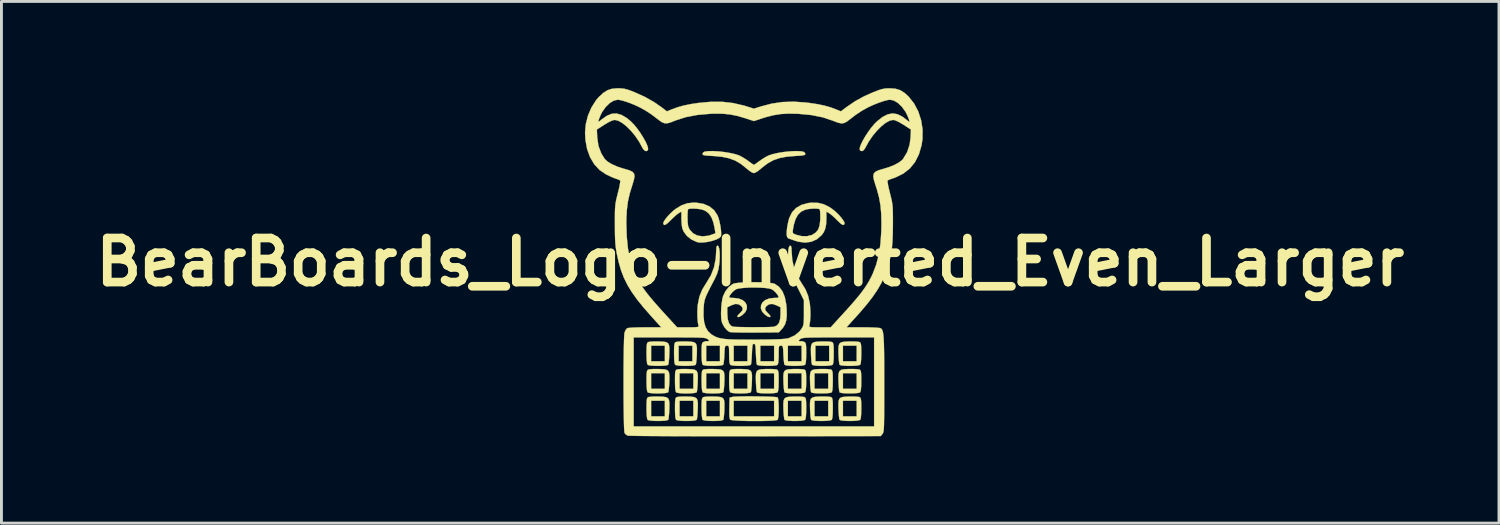
<source format=kicad_pcb>
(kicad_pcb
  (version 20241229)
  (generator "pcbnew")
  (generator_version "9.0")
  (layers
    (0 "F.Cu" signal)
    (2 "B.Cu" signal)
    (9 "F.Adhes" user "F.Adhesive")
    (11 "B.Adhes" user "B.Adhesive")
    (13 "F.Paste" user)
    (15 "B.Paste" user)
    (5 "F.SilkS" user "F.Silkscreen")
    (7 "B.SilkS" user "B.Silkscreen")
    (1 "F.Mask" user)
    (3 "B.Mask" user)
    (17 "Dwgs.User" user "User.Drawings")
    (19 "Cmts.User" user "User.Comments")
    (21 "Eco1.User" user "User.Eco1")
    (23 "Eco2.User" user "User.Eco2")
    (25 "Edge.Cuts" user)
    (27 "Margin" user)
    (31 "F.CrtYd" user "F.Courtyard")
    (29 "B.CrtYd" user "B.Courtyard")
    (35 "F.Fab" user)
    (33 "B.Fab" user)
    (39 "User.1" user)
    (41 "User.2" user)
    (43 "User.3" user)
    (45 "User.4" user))
  (footprint "BearBoards_Logo-Inverted_Even_Larger"
    (layer "F.Cu")
    (at 22.904 6.019)
    (property "Reference" "BearBoards_Logo-Inverted_Even_Larger" (at 0 0 0) (layer "F.SilkS") (effects (font (size 1.524 1.524) (thickness 0.3))))
    (attr through_hole)
    (fp_poly (pts (xy -3.178 2.744) (xy -3.021 2.75) (xy -2.914 2.766) (xy -2.846 2.802) (xy -2.81 2.868) (xy -2.797 2.974) (xy -2.798 3.13) (xy -2.8 3.191) (xy -2.807 3.33) (xy -2.818 3.446) (xy -2.829 3.525) (xy -2.836 3.548) (xy -2.879 3.567) (xy -2.968 3.58) (xy -3.087 3.587) (xy -3.22 3.589) (xy -3.349 3.585) (xy -3.459 3.575) (xy -3.532 3.56) (xy -3.55 3.55) (xy -3.569 3.495) (xy -3.582 3.379) (xy -3.588 3.203) (xy -3.588 3.154) (xy -3.587 2.995) (xy -3.582 2.889) (xy -3.429 2.889) (xy -3.429 3.429) (xy -2.953 3.429) (xy -2.953 2.889) (xy -3.429 2.889) (xy -3.582 2.889) (xy -3.582 2.889) (xy -3.572 2.823) (xy -3.555 2.785) (xy -3.532 2.766) (xy -3.476 2.754) (xy -3.375 2.746) (xy -3.246 2.743) (xy -3.178 2.744)) (stroke (width 0.01) (type solid)) (fill yes) (layer "F.SilkS"))
    (fp_poly (pts (xy -3.178 3.697) (xy -3.021 3.703) (xy -2.914 3.719) (xy -2.846 3.755) (xy -2.81 3.821) (xy -2.797 3.926) (xy -2.798 4.082) (xy -2.8 4.143) (xy -2.807 4.282) (xy -2.818 4.399) (xy -2.829 4.478) (xy -2.836 4.501) (xy -2.879 4.519) (xy -2.968 4.532) (xy -3.087 4.54) (xy -3.22 4.542) (xy -3.349 4.538) (xy -3.459 4.528) (xy -3.532 4.512) (xy -3.55 4.502) (xy -3.569 4.448) (xy -3.582 4.331) (xy -3.588 4.155) (xy -3.588 4.106) (xy -3.587 3.948) (xy -3.582 3.842) (xy -3.429 3.842) (xy -3.429 4.381) (xy -2.953 4.381) (xy -2.953 3.842) (xy -3.429 3.842) (xy -3.582 3.842) (xy -3.582 3.841) (xy -3.572 3.775) (xy -3.555 3.738) (xy -3.532 3.719) (xy -3.476 3.706) (xy -3.375 3.698) (xy -3.246 3.696) (xy -3.178 3.697)) (stroke (width 0.01) (type solid)) (fill yes) (layer "F.SilkS"))
    (fp_poly (pts (xy -3.178 4.649) (xy -3.021 4.655) (xy -2.914 4.671) (xy -2.846 4.707) (xy -2.81 4.773) (xy -2.797 4.879) (xy -2.798 5.035) (xy -2.8 5.096) (xy -2.807 5.235) (xy -2.818 5.351) (xy -2.829 5.43) (xy -2.836 5.453) (xy -2.879 5.472) (xy -2.968 5.485) (xy -3.087 5.492) (xy -3.22 5.494) (xy -3.349 5.49) (xy -3.459 5.48) (xy -3.532 5.465) (xy -3.55 5.455) (xy -3.569 5.4) (xy -3.582 5.284) (xy -3.588 5.108) (xy -3.588 5.059) (xy -3.587 4.9) (xy -3.582 4.794) (xy -3.429 4.794) (xy -3.429 5.334) (xy -2.953 5.334) (xy -2.953 4.794) (xy -3.429 4.794) (xy -3.582 4.794) (xy -3.582 4.794) (xy -3.572 4.728) (xy -3.555 4.69) (xy -3.532 4.671) (xy -3.476 4.659) (xy -3.375 4.651) (xy -3.246 4.648) (xy -3.178 4.649)) (stroke (width 0.01) (type solid)) (fill yes) (layer "F.SilkS"))
    (fp_poly (pts (xy -2.225 2.744) (xy -2.069 2.75) (xy -1.961 2.766) (xy -1.893 2.802) (xy -1.857 2.868) (xy -1.844 2.974) (xy -1.846 3.13) (xy -1.848 3.191) (xy -1.855 3.33) (xy -1.865 3.446) (xy -1.877 3.525) (xy -1.884 3.548) (xy -1.926 3.567) (xy -2.015 3.58) (xy -2.134 3.587) (xy -2.267 3.589) (xy -2.396 3.585) (xy -2.506 3.575) (xy -2.579 3.56) (xy -2.597 3.55) (xy -2.617 3.495) (xy -2.63 3.379) (xy -2.635 3.203) (xy -2.635 3.154) (xy -2.634 2.995) (xy -2.629 2.889) (xy -2.477 2.889) (xy -2.477 3.429) (xy -2 3.429) (xy -2 2.889) (xy -2.477 2.889) (xy -2.629 2.889) (xy -2.629 2.889) (xy -2.619 2.823) (xy -2.602 2.785) (xy -2.579 2.766) (xy -2.524 2.754) (xy -2.423 2.746) (xy -2.293 2.743) (xy -2.225 2.744)) (stroke (width 0.01) (type solid)) (fill yes) (layer "F.SilkS"))
    (fp_poly (pts (xy -2.194 3.697) (xy -2.037 3.703) (xy -1.929 3.719) (xy -1.862 3.755) (xy -1.826 3.821) (xy -1.812 3.926) (xy -1.814 4.082) (xy -1.816 4.143) (xy -1.823 4.282) (xy -1.833 4.399) (xy -1.845 4.478) (xy -1.852 4.501) (xy -1.895 4.519) (xy -1.984 4.532) (xy -2.103 4.54) (xy -2.235 4.542) (xy -2.365 4.538) (xy -2.474 4.528) (xy -2.548 4.512) (xy -2.565 4.502) (xy -2.585 4.448) (xy -2.598 4.331) (xy -2.603 4.155) (xy -2.603 4.106) (xy -2.602 3.948) (xy -2.598 3.842) (xy -2.445 3.842) (xy -2.445 4.381) (xy -1.968 4.381) (xy -1.968 3.842) (xy -2.445 3.842) (xy -2.598 3.842) (xy -2.598 3.841) (xy -2.588 3.775) (xy -2.571 3.738) (xy -2.547 3.719) (xy -2.492 3.706) (xy -2.391 3.698) (xy -2.261 3.696) (xy -2.194 3.697)) (stroke (width 0.01) (type solid)) (fill yes) (layer "F.SilkS"))
    (fp_poly (pts (xy -2.194 4.649) (xy -2.037 4.655) (xy -1.929 4.671) (xy -1.862 4.707) (xy -1.826 4.773) (xy -1.812 4.879) (xy -1.814 5.035) (xy -1.816 5.096) (xy -1.823 5.235) (xy -1.833 5.351) (xy -1.845 5.43) (xy -1.852 5.453) (xy -1.895 5.472) (xy -1.984 5.485) (xy -2.103 5.492) (xy -2.235 5.494) (xy -2.365 5.49) (xy -2.474 5.48) (xy -2.548 5.465) (xy -2.565 5.455) (xy -2.585 5.4) (xy -2.598 5.284) (xy -2.603 5.108) (xy -2.603 5.059) (xy -2.602 4.9) (xy -2.598 4.794) (xy -2.445 4.794) (xy -2.445 5.334) (xy -1.968 5.334) (xy -1.968 4.794) (xy -2.445 4.794) (xy -2.598 4.794) (xy -2.598 4.794) (xy -2.588 4.728) (xy -2.571 4.69) (xy -2.547 4.671) (xy -2.492 4.659) (xy -2.391 4.651) (xy -2.261 4.648) (xy -2.194 4.649)) (stroke (width 0.01) (type solid)) (fill yes) (layer "F.SilkS"))
    (fp_poly (pts (xy -1.273 3.697) (xy -1.116 3.703) (xy -1.009 3.719) (xy -0.941 3.755) (xy -0.905 3.821) (xy -0.892 3.926) (xy -0.893 4.082) (xy -0.895 4.143) (xy -0.902 4.282) (xy -0.913 4.399) (xy -0.924 4.478) (xy -0.931 4.501) (xy -0.974 4.519) (xy -1.063 4.532) (xy -1.182 4.54) (xy -1.315 4.542) (xy -1.444 4.538) (xy -1.554 4.528) (xy -1.627 4.512) (xy -1.645 4.502) (xy -1.664 4.448) (xy -1.677 4.331) (xy -1.683 4.155) (xy -1.683 4.106) (xy -1.682 3.948) (xy -1.677 3.842) (xy -1.524 3.842) (xy -1.524 4.381) (xy -1.048 4.381) (xy -1.048 3.842) (xy -1.524 3.842) (xy -1.677 3.842) (xy -1.677 3.841) (xy -1.667 3.775) (xy -1.65 3.738) (xy -1.627 3.719) (xy -1.571 3.706) (xy -1.47 3.698) (xy -1.341 3.696) (xy -1.273 3.697)) (stroke (width 0.01) (type solid)) (fill yes) (layer "F.SilkS"))
    (fp_poly (pts (xy -1.273 4.649) (xy -1.116 4.655) (xy -1.009 4.671) (xy -0.941 4.707) (xy -0.905 4.773) (xy -0.892 4.879) (xy -0.893 5.035) (xy -0.895 5.096) (xy -0.902 5.235) (xy -0.913 5.351) (xy -0.924 5.43) (xy -0.931 5.453) (xy -0.974 5.472) (xy -1.063 5.485) (xy -1.182 5.492) (xy -1.315 5.494) (xy -1.444 5.49) (xy -1.554 5.48) (xy -1.627 5.465) (xy -1.645 5.455) (xy -1.664 5.4) (xy -1.677 5.284) (xy -1.683 5.108) (xy -1.683 5.059) (xy -1.682 4.9) (xy -1.677 4.794) (xy -1.524 4.794) (xy -1.524 5.334) (xy -1.048 5.334) (xy -1.048 4.794) (xy -1.524 4.794) (xy -1.677 4.794) (xy -1.677 4.794) (xy -1.667 4.728) (xy -1.65 4.69) (xy -1.627 4.671) (xy -1.571 4.659) (xy -1.47 4.651) (xy -1.341 4.648) (xy -1.273 4.649)) (stroke (width 0.01) (type solid)) (fill yes) (layer "F.SilkS"))
    (fp_poly (pts (xy -0.32 3.697) (xy -0.164 3.703) (xy -0.056 3.719) (xy 0.012 3.755) (xy 0.048 3.821) (xy 0.061 3.926) (xy 0.059 4.082) (xy 0.057 4.143) (xy 0.05 4.282) (xy 0.04 4.399) (xy 0.028 4.478) (xy 0.021 4.501) (xy -0.021 4.519) (xy -0.11 4.532) (xy -0.229 4.54) (xy -0.362 4.542) (xy -0.491 4.538) (xy -0.601 4.528) (xy -0.674 4.512) (xy -0.692 4.502) (xy -0.712 4.448) (xy -0.725 4.331) (xy -0.73 4.155) (xy -0.73 4.106) (xy -0.729 3.948) (xy -0.724 3.842) (xy -0.572 3.842) (xy -0.572 4.381) (xy -0.095 4.381) (xy -0.095 3.842) (xy -0.572 3.842) (xy -0.724 3.842) (xy -0.724 3.841) (xy -0.714 3.775) (xy -0.697 3.738) (xy -0.674 3.719) (xy -0.619 3.706) (xy -0.518 3.698) (xy -0.388 3.696) (xy -0.32 3.697)) (stroke (width 0.01) (type solid)) (fill yes) (layer "F.SilkS"))
    (fp_poly (pts (xy 0.828 3.702) (xy 0.908 3.712) (xy 0.928 3.719) (xy 0.953 3.74) (xy 0.969 3.779) (xy 0.979 3.848) (xy 0.983 3.957) (xy 0.984 4.106) (xy 0.981 4.296) (xy 0.97 4.426) (xy 0.951 4.495) (xy 0.946 4.502) (xy 0.897 4.521) (xy 0.803 4.533) (xy 0.681 4.54) (xy 0.548 4.541) (xy 0.42 4.537) (xy 0.314 4.527) (xy 0.247 4.511) (xy 0.233 4.501) (xy 0.221 4.453) (xy 0.21 4.358) (xy 0.201 4.232) (xy 0.197 4.143) (xy 0.193 3.97) (xy 0.2 3.849) (xy 0.203 3.842) (xy 0.349 3.842) (xy 0.349 4.381) (xy 0.826 4.381) (xy 0.826 3.842) (xy 0.349 3.842) (xy 0.203 3.842) (xy 0.228 3.772) (xy 0.285 3.728) (xy 0.379 3.706) (xy 0.519 3.698) (xy 0.574 3.697) (xy 0.711 3.696) (xy 0.828 3.702)) (stroke (width 0.01) (type solid)) (fill yes) (layer "F.SilkS"))
    (fp_poly (pts (xy 1.781 3.702) (xy 1.861 3.712) (xy 1.881 3.719) (xy 1.905 3.74) (xy 1.922 3.779) (xy 1.931 3.848) (xy 1.936 3.957) (xy 1.937 4.106) (xy 1.933 4.296) (xy 1.922 4.426) (xy 1.904 4.495) (xy 1.899 4.502) (xy 1.849 4.521) (xy 1.755 4.533) (xy 1.634 4.54) (xy 1.501 4.541) (xy 1.373 4.537) (xy 1.267 4.527) (xy 1.199 4.511) (xy 1.185 4.501) (xy 1.174 4.453) (xy 1.162 4.358) (xy 1.153 4.232) (xy 1.149 4.143) (xy 1.145 3.97) (xy 1.153 3.849) (xy 1.155 3.842) (xy 1.302 3.842) (xy 1.302 4.381) (xy 1.778 4.381) (xy 1.778 3.842) (xy 1.302 3.842) (xy 1.155 3.842) (xy 1.181 3.772) (xy 1.237 3.728) (xy 1.332 3.706) (xy 1.472 3.698) (xy 1.527 3.697) (xy 1.664 3.696) (xy 1.781 3.702)) (stroke (width 0.01) (type solid)) (fill yes) (layer "F.SilkS"))
    (fp_poly (pts (xy 1.781 4.654) (xy 1.861 4.665) (xy 1.881 4.671) (xy 1.905 4.692) (xy 1.922 4.731) (xy 1.931 4.8) (xy 1.936 4.91) (xy 1.937 5.059) (xy 1.933 5.249) (xy 1.922 5.379) (xy 1.904 5.448) (xy 1.899 5.455) (xy 1.849 5.473) (xy 1.755 5.486) (xy 1.634 5.493) (xy 1.501 5.494) (xy 1.373 5.489) (xy 1.267 5.479) (xy 1.199 5.463) (xy 1.185 5.453) (xy 1.174 5.406) (xy 1.162 5.311) (xy 1.153 5.184) (xy 1.149 5.096) (xy 1.145 4.922) (xy 1.153 4.802) (xy 1.155 4.794) (xy 1.302 4.794) (xy 1.302 5.334) (xy 1.778 5.334) (xy 1.778 4.794) (xy 1.302 4.794) (xy 1.155 4.794) (xy 1.181 4.724) (xy 1.237 4.68) (xy 1.332 4.659) (xy 1.472 4.651) (xy 1.527 4.649) (xy 1.664 4.649) (xy 1.781 4.654)) (stroke (width 0.01) (type solid)) (fill yes) (layer "F.SilkS"))
    (fp_poly (pts (xy 2.702 3.702) (xy 2.781 3.712) (xy 2.801 3.719) (xy 2.826 3.74) (xy 2.842 3.779) (xy 2.852 3.848) (xy 2.856 3.957) (xy 2.857 4.106) (xy 2.854 4.296) (xy 2.843 4.426) (xy 2.825 4.495) (xy 2.819 4.502) (xy 2.77 4.521) (xy 2.676 4.533) (xy 2.554 4.54) (xy 2.421 4.541) (xy 2.294 4.537) (xy 2.188 4.527) (xy 2.12 4.511) (xy 2.106 4.501) (xy 2.094 4.453) (xy 2.083 4.358) (xy 2.074 4.232) (xy 2.07 4.143) (xy 2.066 3.97) (xy 2.073 3.849) (xy 2.076 3.842) (xy 2.223 3.842) (xy 2.223 4.381) (xy 2.699 4.381) (xy 2.699 3.842) (xy 2.223 3.842) (xy 2.076 3.842) (xy 2.101 3.772) (xy 2.158 3.728) (xy 2.252 3.706) (xy 2.393 3.698) (xy 2.448 3.697) (xy 2.585 3.696) (xy 2.702 3.702)) (stroke (width 0.01) (type solid)) (fill yes) (layer "F.SilkS"))
    (fp_poly (pts (xy 2.702 4.654) (xy 2.781 4.665) (xy 2.801 4.671) (xy 2.826 4.692) (xy 2.842 4.731) (xy 2.852 4.8) (xy 2.856 4.91) (xy 2.857 5.059) (xy 2.854 5.249) (xy 2.843 5.379) (xy 2.825 5.448) (xy 2.819 5.455) (xy 2.77 5.473) (xy 2.676 5.486) (xy 2.554 5.493) (xy 2.421 5.494) (xy 2.294 5.489) (xy 2.188 5.479) (xy 2.12 5.463) (xy 2.106 5.453) (xy 2.094 5.406) (xy 2.083 5.311) (xy 2.074 5.184) (xy 2.07 5.096) (xy 2.066 4.922) (xy 2.073 4.802) (xy 2.076 4.794) (xy 2.223 4.794) (xy 2.223 5.334) (xy 2.699 5.334) (xy 2.699 4.794) (xy 2.223 4.794) (xy 2.076 4.794) (xy 2.101 4.724) (xy 2.158 4.68) (xy 2.252 4.659) (xy 2.393 4.651) (xy 2.448 4.649) (xy 2.585 4.649) (xy 2.702 4.654)) (stroke (width 0.01) (type solid)) (fill yes) (layer "F.SilkS"))
    (fp_poly (pts (xy 2.733 2.749) (xy 2.813 2.76) (xy 2.833 2.766) (xy 2.858 2.787) (xy 2.874 2.826) (xy 2.884 2.895) (xy 2.888 3.005) (xy 2.889 3.154) (xy 2.886 3.344) (xy 2.875 3.474) (xy 2.856 3.543) (xy 2.851 3.55) (xy 2.802 3.568) (xy 2.708 3.581) (xy 2.586 3.588) (xy 2.453 3.589) (xy 2.325 3.584) (xy 2.219 3.574) (xy 2.152 3.558) (xy 2.138 3.548) (xy 2.126 3.501) (xy 2.115 3.406) (xy 2.106 3.279) (xy 2.102 3.191) (xy 2.098 3.017) (xy 2.105 2.897) (xy 2.108 2.889) (xy 2.254 2.889) (xy 2.254 3.429) (xy 2.731 3.429) (xy 2.731 2.889) (xy 2.254 2.889) (xy 2.108 2.889) (xy 2.133 2.819) (xy 2.19 2.775) (xy 2.284 2.754) (xy 2.424 2.746) (xy 2.479 2.744) (xy 2.616 2.744) (xy 2.733 2.749)) (stroke (width 0.01) (type solid)) (fill yes) (layer "F.SilkS"))
    (fp_poly (pts (xy 3.686 2.749) (xy 3.766 2.76) (xy 3.786 2.766) (xy 3.81 2.787) (xy 3.827 2.826) (xy 3.836 2.895) (xy 3.841 3.005) (xy 3.842 3.154) (xy 3.838 3.344) (xy 3.827 3.474) (xy 3.809 3.543) (xy 3.804 3.55) (xy 3.754 3.568) (xy 3.66 3.581) (xy 3.539 3.588) (xy 3.406 3.589) (xy 3.278 3.584) (xy 3.172 3.574) (xy 3.104 3.558) (xy 3.09 3.548) (xy 3.079 3.501) (xy 3.067 3.406) (xy 3.058 3.279) (xy 3.054 3.191) (xy 3.05 3.017) (xy 3.058 2.897) (xy 3.06 2.889) (xy 3.207 2.889) (xy 3.207 3.429) (xy 3.683 3.429) (xy 3.683 2.889) (xy 3.207 2.889) (xy 3.06 2.889) (xy 3.086 2.819) (xy 3.142 2.775) (xy 3.237 2.754) (xy 3.377 2.746) (xy 3.432 2.744) (xy 3.569 2.744) (xy 3.686 2.749)) (stroke (width 0.01) (type solid)) (fill yes) (layer "F.SilkS"))
    (fp_poly (pts (xy 3.686 3.702) (xy 3.766 3.712) (xy 3.786 3.719) (xy 3.81 3.74) (xy 3.827 3.779) (xy 3.836 3.848) (xy 3.841 3.957) (xy 3.842 4.106) (xy 3.838 4.296) (xy 3.827 4.426) (xy 3.809 4.495) (xy 3.804 4.502) (xy 3.754 4.521) (xy 3.66 4.533) (xy 3.539 4.54) (xy 3.406 4.541) (xy 3.278 4.537) (xy 3.172 4.527) (xy 3.104 4.511) (xy 3.09 4.501) (xy 3.079 4.453) (xy 3.067 4.358) (xy 3.058 4.232) (xy 3.054 4.143) (xy 3.05 3.97) (xy 3.058 3.849) (xy 3.06 3.842) (xy 3.207 3.842) (xy 3.207 4.381) (xy 3.683 4.381) (xy 3.683 3.842) (xy 3.207 3.842) (xy 3.06 3.842) (xy 3.086 3.772) (xy 3.142 3.728) (xy 3.237 3.706) (xy 3.377 3.698) (xy 3.432 3.697) (xy 3.569 3.696) (xy 3.686 3.702)) (stroke (width 0.01) (type solid)) (fill yes) (layer "F.SilkS"))
    (fp_poly (pts (xy 3.686 4.654) (xy 3.766 4.665) (xy 3.786 4.671) (xy 3.81 4.692) (xy 3.827 4.731) (xy 3.836 4.8) (xy 3.841 4.91) (xy 3.842 5.059) (xy 3.838 5.249) (xy 3.827 5.379) (xy 3.809 5.448) (xy 3.804 5.455) (xy 3.754 5.473) (xy 3.66 5.486) (xy 3.539 5.493) (xy 3.406 5.494) (xy 3.278 5.489) (xy 3.172 5.479) (xy 3.104 5.463) (xy 3.09 5.453) (xy 3.079 5.406) (xy 3.067 5.311) (xy 3.058 5.184) (xy 3.054 5.096) (xy 3.05 4.922) (xy 3.058 4.802) (xy 3.06 4.794) (xy 3.207 4.794) (xy 3.207 5.334) (xy 3.683 5.334) (xy 3.683 4.794) (xy 3.207 4.794) (xy 3.06 4.794) (xy 3.086 4.724) (xy 3.142 4.68) (xy 3.237 4.659) (xy 3.377 4.651) (xy 3.432 4.649) (xy 3.569 4.649) (xy 3.686 4.654)) (stroke (width 0.01) (type solid)) (fill yes) (layer "F.SilkS"))
    (fp_poly (pts (xy 0.066 4.643) (xy 0.263 4.645) (xy 0.454 4.648) (xy 0.628 4.653) (xy 0.774 4.659) (xy 0.882 4.667) (xy 0.939 4.675) (xy 0.945 4.677) (xy 0.963 4.719) (xy 0.976 4.809) (xy 0.983 4.931) (xy 0.986 5.068) (xy 0.983 5.205) (xy 0.975 5.326) (xy 0.962 5.415) (xy 0.946 5.455) (xy 0.901 5.468) (xy 0.804 5.479) (xy 0.665 5.487) (xy 0.496 5.493) (xy 0.305 5.496) (xy 0.106 5.496) (xy -0.093 5.494) (xy -0.28 5.489) (xy -0.445 5.482) (xy -0.576 5.472) (xy -0.664 5.46) (xy -0.696 5.449) (xy -0.714 5.39) (xy -0.724 5.269) (xy -0.724 5.088) (xy -0.723 5.046) (xy -0.717 4.794) (xy -0.572 4.794) (xy -0.572 5.334) (xy 0.826 5.334) (xy 0.826 4.794) (xy -0.572 4.794) (xy -0.717 4.794) (xy -0.714 4.688) (xy -0.619 4.662) (xy -0.559 4.654) (xy -0.449 4.649) (xy -0.301 4.645) (xy -0.126 4.643) (xy 0.066 4.643)) (stroke (width 0.01) (type solid)) (fill yes) (layer "F.SilkS"))
    (fp_poly (pts (xy 1.726 -3.838) (xy 1.834 -3.822) (xy 1.89 -3.786) (xy 1.905 -3.747) (xy 1.898 -3.722) (xy 1.869 -3.704) (xy 1.808 -3.692) (xy 1.704 -3.682) (xy 1.564 -3.674) (xy 1.266 -3.649) (xy 1.016 -3.601) (xy 0.799 -3.526) (xy 0.603 -3.418) (xy 0.414 -3.274) (xy 0.389 -3.251) (xy 0.271 -3.155) (xy 0.176 -3.097) (xy 0.122 -3.081) (xy 0.058 -3.104) (xy -0.035 -3.165) (xy -0.143 -3.254) (xy -0.328 -3.402) (xy -0.518 -3.513) (xy -0.727 -3.592) (xy -0.968 -3.643) (xy -1.254 -3.671) (xy -1.31 -3.674) (xy -1.462 -3.683) (xy -1.561 -3.693) (xy -1.619 -3.705) (xy -1.645 -3.724) (xy -1.651 -3.747) (xy -1.624 -3.798) (xy -1.58 -3.822) (xy -1.453 -3.84) (xy -1.282 -3.842) (xy -1.084 -3.83) (xy -0.876 -3.806) (xy -0.675 -3.772) (xy -0.498 -3.73) (xy -0.377 -3.688) (xy -0.276 -3.635) (xy -0.155 -3.561) (xy -0.064 -3.497) (xy 0.025 -3.431) (xy 0.094 -3.384) (xy 0.127 -3.366) (xy 0.127 -3.365) (xy 0.159 -3.383) (xy 0.227 -3.43) (xy 0.316 -3.495) (xy 0.318 -3.497) (xy 0.433 -3.576) (xy 0.552 -3.648) (xy 0.631 -3.688) (xy 0.773 -3.736) (xy 0.955 -3.777) (xy 1.157 -3.81) (xy 1.365 -3.832) (xy 1.56 -3.842) (xy 1.726 -3.838)) (stroke (width 0.01) (type solid)) (fill yes) (layer "F.SilkS"))
    (fp_poly (pts (xy -1.861 -2.057) (xy -1.616 -2.016) (xy -1.412 -1.929) (xy -1.251 -1.798) (xy -1.135 -1.624) (xy -1.099 -1.533) (xy -1.063 -1.402) (xy -1.033 -1.257) (xy -1.013 -1.115) (xy -1.005 -0.994) (xy -1.009 -0.909) (xy -1.016 -0.889) (xy -1.075 -0.833) (xy -1.181 -0.781) (xy -1.319 -0.735) (xy -1.471 -0.701) (xy -1.623 -0.681) (xy -1.756 -0.679) (xy -1.842 -0.695) (xy -2.033 -0.783) (xy -2.19 -0.906) (xy -2.302 -1.056) (xy -2.348 -1.166) (xy -2.365 -1.26) (xy -2.377 -1.389) (xy -2.381 -1.518) (xy -2.381 -1.579) (xy -2.17 -1.579) (xy -2.17 -1.522) (xy -2.164 -1.371) (xy -2.151 -1.265) (xy -2.126 -1.186) (xy -2.095 -1.127) (xy -1.983 -1.002) (xy -1.834 -0.923) (xy -1.657 -0.893) (xy -1.461 -0.912) (xy -1.356 -0.943) (xy -1.203 -0.998) (xy -1.223 -1.126) (xy -1.271 -1.362) (xy -1.338 -1.543) (xy -1.426 -1.676) (xy -1.541 -1.768) (xy -1.643 -1.812) (xy -1.738 -1.834) (xy -1.854 -1.848) (xy -1.973 -1.854) (xy -2.075 -1.85) (xy -2.139 -1.837) (xy -2.148 -1.831) (xy -2.16 -1.789) (xy -2.167 -1.7) (xy -2.17 -1.579) (xy -2.381 -1.579) (xy -2.381 -1.75) (xy -2.479 -1.692) (xy -2.548 -1.641) (xy -2.641 -1.56) (xy -2.74 -1.464) (xy -2.753 -1.451) (xy -2.859 -1.348) (xy -2.934 -1.294) (xy -2.981 -1.288) (xy -3.007 -1.327) (xy -3.01 -1.338) (xy -2.994 -1.395) (xy -2.941 -1.48) (xy -2.859 -1.582) (xy -2.759 -1.688) (xy -2.652 -1.786) (xy -2.582 -1.84) (xy -2.378 -1.965) (xy -2.179 -2.036) (xy -1.967 -2.06) (xy -1.861 -2.057)) (stroke (width 0.01) (type solid)) (fill yes) (layer "F.SilkS"))
    (fp_poly (pts (xy 2.34 -2.052) (xy 2.542 -2.003) (xy 2.741 -1.904) (xy 2.836 -1.84) (xy 2.942 -1.754) (xy 3.048 -1.653) (xy 3.143 -1.547) (xy 3.216 -1.449) (xy 3.258 -1.372) (xy 3.264 -1.338) (xy 3.241 -1.291) (xy 3.198 -1.29) (xy 3.128 -1.335) (xy 3.028 -1.429) (xy 3.007 -1.451) (xy 2.909 -1.548) (xy 2.813 -1.632) (xy 2.74 -1.688) (xy 2.733 -1.692) (xy 2.635 -1.75) (xy 2.635 -1.518) (xy 2.626 -1.313) (xy 2.595 -1.154) (xy 2.538 -1.026) (xy 2.47 -0.934) (xy 2.306 -0.792) (xy 2.115 -0.706) (xy 1.901 -0.677) (xy 1.669 -0.706) (xy 1.54 -0.745) (xy 1.432 -0.783) (xy 1.351 -0.812) (xy 1.312 -0.825) (xy 1.311 -0.825) (xy 1.293 -0.849) (xy 1.273 -0.884) (xy 1.26 -0.951) (xy 1.262 -1.047) (xy 1.468 -1.047) (xy 1.481 -1.003) (xy 1.531 -0.971) (xy 1.594 -0.946) (xy 1.781 -0.9) (xy 1.968 -0.898) (xy 2.134 -0.94) (xy 2.157 -0.952) (xy 2.272 -1.028) (xy 2.35 -1.126) (xy 2.398 -1.259) (xy 2.421 -1.436) (xy 2.424 -1.522) (xy 2.423 -1.651) (xy 2.417 -1.755) (xy 2.408 -1.82) (xy 2.402 -1.831) (xy 2.352 -1.847) (xy 2.26 -1.854) (xy 2.144 -1.851) (xy 2.024 -1.839) (xy 1.921 -1.819) (xy 1.897 -1.812) (xy 1.76 -1.746) (xy 1.653 -1.643) (xy 1.571 -1.497) (xy 1.51 -1.301) (xy 1.477 -1.126) (xy 1.468 -1.047) (xy 1.262 -1.047) (xy 1.262 -1.063) (xy 1.278 -1.202) (xy 1.305 -1.351) (xy 1.341 -1.495) (xy 1.353 -1.533) (xy 1.447 -1.725) (xy 1.588 -1.875) (xy 1.773 -1.982) (xy 2 -2.044) (xy 2.115 -2.057) (xy 2.34 -2.052)) (stroke (width 0.01) (type solid)) (fill yes) (layer "F.SilkS"))
    (fp_poly (pts (xy 0.372 0.697) (xy 0.552 0.706) (xy 0.703 0.72) (xy 0.811 0.738) (xy 0.846 0.75) (xy 0.996 0.854) (xy 1.113 1.006) (xy 1.196 1.208) (xy 1.246 1.463) (xy 1.26 1.619) (xy 1.265 1.839) (xy 1.247 2.012) (xy 1.205 2.15) (xy 1.135 2.266) (xy 1.096 2.312) (xy 0.989 2.429) (xy 0.169 2.436) (xy -0.056 2.436) (xy -0.263 2.435) (xy -0.441 2.432) (xy -0.583 2.427) (xy -0.679 2.421) (xy -0.717 2.415) (xy -0.808 2.351) (xy -0.896 2.245) (xy -0.965 2.12) (xy -0.987 2.054) (xy -1.005 1.937) (xy -1.01 1.779) (xy -1.004 1.601) (xy -1.001 1.561) (xy -0.794 1.561) (xy -0.794 1.789) (xy -0.778 1.974) (xy -0.735 2.114) (xy -0.664 2.202) (xy -0.597 2.232) (xy -0.533 2.238) (xy -0.417 2.243) (xy -0.264 2.246) (xy -0.085 2.249) (xy 0.107 2.25) (xy 0.299 2.249) (xy 0.479 2.248) (xy 0.634 2.245) (xy 0.753 2.24) (xy 0.821 2.234) (xy 0.825 2.234) (xy 0.928 2.188) (xy 0.998 2.097) (xy 1.037 1.956) (xy 1.048 1.789) (xy 1.048 1.561) (xy 0.906 1.493) (xy 0.775 1.447) (xy 0.668 1.453) (xy 0.569 1.512) (xy 0.564 1.517) (xy 0.514 1.59) (xy 0.527 1.67) (xy 0.602 1.756) (xy 0.603 1.757) (xy 0.679 1.834) (xy 0.701 1.884) (xy 0.677 1.903) (xy 0.613 1.884) (xy 0.522 1.826) (xy 0.416 1.717) (xy 0.368 1.602) (xy 0.374 1.49) (xy 0.428 1.389) (xy 0.527 1.308) (xy 0.666 1.255) (xy 0.822 1.238) (xy 0.914 1.235) (xy 0.973 1.226) (xy 0.984 1.218) (xy 0.961 1.154) (xy 0.903 1.074) (xy 0.826 0.996) (xy 0.748 0.94) (xy 0.742 0.937) (xy 0.652 0.911) (xy 0.515 0.893) (xy 0.345 0.882) (xy 0.157 0.877) (xy -0.033 0.879) (xy -0.21 0.889) (xy -0.36 0.905) (xy -0.466 0.928) (xy -0.488 0.937) (xy -0.565 0.989) (xy -0.642 1.066) (xy -0.703 1.147) (xy -0.73 1.213) (xy -0.73 1.218) (xy -0.702 1.23) (xy -0.628 1.237) (xy -0.568 1.238) (xy -0.396 1.259) (xy -0.261 1.315) (xy -0.166 1.399) (xy -0.117 1.501) (xy -0.116 1.614) (xy -0.17 1.728) (xy -0.268 1.826) (xy -0.363 1.886) (xy -0.425 1.903) (xy -0.447 1.883) (xy -0.422 1.831) (xy -0.349 1.757) (xy -0.273 1.671) (xy -0.26 1.591) (xy -0.309 1.517) (xy -0.31 1.517) (xy -0.409 1.455) (xy -0.515 1.446) (xy -0.644 1.489) (xy -0.652 1.493) (xy -0.794 1.561) (xy -1.001 1.561) (xy -0.988 1.423) (xy -0.963 1.267) (xy -0.938 1.173) (xy -0.856 1.006) (xy -0.744 0.863) (xy -0.614 0.762) (xy -0.592 0.75) (xy -0.512 0.729) (xy -0.382 0.713) (xy -0.215 0.701) (xy -0.025 0.695) (xy 0.175 0.693) (xy 0.372 0.697)) (stroke (width 0.01) (type solid)) (fill yes) (layer "F.SilkS"))
    (fp_poly (pts (xy 5.021 -6) (xy 5.184 -5.951) (xy 5.335 -5.858) (xy 5.479 -5.727) (xy 5.668 -5.489) (xy 5.813 -5.213) (xy 5.912 -4.909) (xy 5.962 -4.589) (xy 5.96 -4.263) (xy 5.926 -4.038) (xy 5.834 -3.726) (xy 5.7 -3.461) (xy 5.523 -3.242) (xy 5.3 -3.067) (xy 5.031 -2.933) (xy 4.905 -2.889) (xy 4.82 -2.859) (xy 4.761 -2.832) (xy 4.752 -2.826) (xy 4.75 -2.788) (xy 4.762 -2.701) (xy 4.787 -2.577) (xy 4.823 -2.428) (xy 4.832 -2.393) (xy 4.866 -2.256) (xy 4.893 -2.144) (xy 4.911 -2.044) (xy 4.924 -1.942) (xy 4.931 -1.827) (xy 4.935 -1.685) (xy 4.936 -1.503) (xy 4.936 -1.302) (xy 4.932 -0.999) (xy 4.923 -0.745) (xy 4.905 -0.525) (xy 4.877 -0.324) (xy 4.837 -0.129) (xy 4.783 0.076) (xy 4.727 0.259) (xy 4.643 0.494) (xy 4.536 0.723) (xy 4.403 0.954) (xy 4.238 1.197) (xy 4.036 1.458) (xy 3.791 1.746) (xy 3.668 1.882) (xy 3.332 2.254) (xy 3.891 2.254) (xy 4.084 2.256) (xy 4.253 2.261) (xy 4.388 2.269) (xy 4.479 2.278) (xy 4.509 2.286) (xy 4.536 2.305) (xy 4.558 2.332) (xy 4.577 2.373) (xy 4.593 2.433) (xy 4.605 2.517) (xy 4.615 2.63) (xy 4.623 2.776) (xy 4.628 2.961) (xy 4.632 3.189) (xy 4.634 3.466) (xy 4.635 3.796) (xy 4.635 4.184) (xy 4.635 4.211) (xy 4.635 4.578) (xy 4.635 4.887) (xy 4.634 5.143) (xy 4.633 5.352) (xy 4.63 5.518) (xy 4.627 5.647) (xy 4.622 5.744) (xy 4.616 5.816) (xy 4.608 5.866) (xy 4.599 5.9) (xy 4.587 5.924) (xy 4.575 5.942) (xy 4.514 6.017) (xy 0.169 6.023) (xy -0.377 6.023) (xy -0.901 6.023) (xy -1.4 6.023) (xy -1.87 6.023) (xy -2.307 6.021) (xy -2.709 6.02) (xy -3.071 6.018) (xy -3.391 6.016) (xy -3.666 6.014) (xy -3.891 6.011) (xy -4.064 6.008) (xy -4.181 6.005) (xy -4.239 6.002) (xy -4.244 6.001) (xy -4.315 5.951) (xy -4.348 5.909) (xy -4.355 5.864) (xy -4.362 5.762) (xy -4.368 5.612) (xy -4.372 5.419) (xy -4.376 5.193) (xy -4.379 4.939) (xy -4.381 4.665) (xy -4.382 4.38) (xy -4.382 4.088) (xy -4.382 3.799) (xy -4.38 3.519) (xy -4.377 3.256) (xy -4.374 3.017) (xy -4.369 2.809) (xy -4.364 2.639) (xy -4.362 2.603) (xy -4.032 2.603) (xy -4.032 5.683) (xy 4.286 5.683) (xy 4.286 2.603) (xy 3.045 2.603) (xy 2.731 2.604) (xy 2.475 2.604) (xy 2.269 2.605) (xy 2.108 2.608) (xy 1.986 2.611) (xy 1.895 2.617) (xy 1.831 2.624) (xy 1.787 2.634) (xy 1.756 2.646) (xy 1.732 2.66) (xy 1.723 2.667) (xy 1.678 2.713) (xy 1.691 2.735) (xy 1.762 2.734) (xy 1.77 2.733) (xy 1.828 2.743) (xy 1.873 2.762) (xy 1.901 2.782) (xy 1.919 2.815) (xy 1.93 2.873) (xy 1.935 2.967) (xy 1.937 3.11) (xy 1.937 3.154) (xy 1.933 3.344) (xy 1.922 3.474) (xy 1.904 3.543) (xy 1.899 3.55) (xy 1.849 3.568) (xy 1.756 3.581) (xy 1.634 3.588) (xy 1.501 3.589) (xy 1.373 3.584) (xy 1.267 3.574) (xy 1.2 3.558) (xy 1.186 3.548) (xy 1.174 3.501) (xy 1.162 3.406) (xy 1.152 3.28) (xy 1.148 3.199) (xy 1.142 3.057) (xy 1.134 2.967) (xy 1.122 2.916) (xy 1.102 2.895) (xy 1.071 2.889) (xy 1.06 2.889) (xy 1.302 2.889) (xy 1.302 3.429) (xy 1.778 3.429) (xy 1.778 2.889) (xy 1.302 2.889) (xy 1.06 2.889) (xy 1.025 2.892) (xy 1.003 2.907) (xy 0.991 2.946) (xy 0.986 3.022) (xy 0.984 3.145) (xy 0.984 3.2) (xy 0.98 3.37) (xy 0.968 3.487) (xy 0.948 3.547) (xy 0.946 3.55) (xy 0.897 3.568) (xy 0.803 3.581) (xy 0.681 3.588) (xy 0.548 3.589) (xy 0.42 3.584) (xy 0.314 3.574) (xy 0.247 3.558) (xy 0.233 3.548) (xy 0.221 3.501) (xy 0.21 3.406) (xy 0.201 3.278) (xy 0.196 3.167) (xy 0.189 3.015) (xy 0.181 2.916) (xy 0.176 2.889) (xy 0.349 2.889) (xy 0.349 3.429) (xy 0.826 3.429) (xy 0.826 2.889) (xy 0.349 2.889) (xy 0.176 2.889) (xy 0.169 2.858) (xy 0.152 2.832) (xy 0.127 2.826) (xy 0.102 2.832) (xy 0.084 2.86) (xy 0.073 2.918) (xy 0.065 3.019) (xy 0.058 3.167) (xy 0.051 3.311) (xy 0.041 3.433) (xy 0.03 3.518) (xy 0.021 3.548) (xy -0.021 3.567) (xy -0.11 3.58) (xy -0.23 3.587) (xy -0.362 3.589) (xy -0.492 3.585) (xy -0.601 3.575) (xy -0.675 3.56) (xy -0.692 3.55) (xy -0.712 3.495) (xy -0.725 3.383) (xy -0.73 3.218) (xy -0.73 3.2) (xy -0.731 3.058) (xy -0.735 2.967) (xy -0.744 2.917) (xy -0.762 2.895) (xy -0.792 2.889) (xy -0.806 2.889) (xy -0.572 2.889) (xy -0.572 3.429) (xy -0.095 3.429) (xy -0.095 2.889) (xy -0.572 2.889) (xy -0.806 2.889) (xy -0.841 2.892) (xy -0.863 2.908) (xy -0.877 2.95) (xy -0.886 3.028) (xy -0.892 3.155) (xy -0.894 3.199) (xy -0.902 3.336) (xy -0.913 3.451) (xy -0.925 3.527) (xy -0.932 3.548) (xy -0.974 3.567) (xy -1.063 3.58) (xy -1.182 3.587) (xy -1.314 3.589) (xy -1.444 3.585) (xy -1.553 3.575) (xy -1.627 3.56) (xy -1.645 3.55) (xy -1.664 3.495) (xy -1.677 3.379) (xy -1.683 3.203) (xy -1.683 3.154) (xy -1.682 2.997) (xy -1.678 2.892) (xy -1.677 2.889) (xy -1.524 2.889) (xy -1.524 3.429) (xy -1.048 3.429) (xy -1.048 2.889) (xy -1.524 2.889) (xy -1.677 2.889) (xy -1.668 2.827) (xy -1.652 2.789) (xy -1.627 2.766) (xy -1.619 2.762) (xy -1.551 2.737) (xy -1.516 2.733) (xy -1.44 2.736) (xy -1.423 2.715) (xy -1.464 2.671) (xy -1.469 2.667) (xy -1.492 2.651) (xy -1.519 2.638) (xy -1.558 2.627) (xy -1.614 2.619) (xy -1.693 2.613) (xy -1.802 2.609) (xy -1.948 2.606) (xy -2.135 2.605) (xy -2.371 2.604) (xy -2.662 2.604) (xy -2.791 2.603) (xy -4.032 2.603) (xy -4.362 2.603) (xy -4.357 2.515) (xy -4.35 2.445) (xy -4.348 2.437) (xy -4.312 2.351) (xy -4.264 2.292) (xy -4.255 2.286) (xy -4.204 2.275) (xy -4.099 2.266) (xy -3.953 2.259) (xy -3.776 2.255) (xy -3.637 2.254) (xy -3.078 2.254) (xy -3.416 1.881) (xy -3.687 1.572) (xy -3.914 1.292) (xy -4.1 1.031) (xy -4.252 0.78) (xy -4.375 0.529) (xy -4.473 0.27) (xy -4.553 -0.009) (xy -4.609 -0.258) (xy -4.634 -0.395) (xy -4.653 -0.524) (xy -4.666 -0.657) (xy -4.675 -0.809) (xy -4.68 -0.994) (xy -4.682 -1.224) (xy -4.682 -1.302) (xy -4.682 -1.528) (xy -4.681 -1.704) (xy -4.677 -1.842) (xy -4.668 -1.955) (xy -4.655 -2.056) (xy -4.636 -2.158) (xy -4.608 -2.272) (xy -4.578 -2.393) (xy -4.54 -2.546) (xy -4.513 -2.676) (xy -4.498 -2.773) (xy -4.496 -2.822) (xy -4.498 -2.826) (xy -4.543 -2.85) (xy -4.623 -2.88) (xy -4.651 -2.889) (xy -4.744 -2.924) (xy -4.866 -2.978) (xy -4.992 -3.04) (xy -4.997 -3.042) (xy -5.214 -3.19) (xy -5.396 -3.387) (xy -5.539 -3.628) (xy -5.642 -3.908) (xy -5.7 -4.222) (xy -5.714 -4.478) (xy -5.705 -4.588) (xy -5.306 -4.588) (xy -5.293 -4.314) (xy -5.251 -4.023) (xy -5.154 -3.764) (xy -5.031 -3.567) (xy -4.937 -3.48) (xy -4.792 -3.392) (xy -4.61 -3.31) (xy -4.402 -3.24) (xy -4.334 -3.222) (xy -4.179 -3.176) (xy -4.075 -3.126) (xy -4.018 -3.06) (xy -4.003 -2.969) (xy -4.026 -2.842) (xy -4.078 -2.671) (xy -4.168 -2.379) (xy -4.23 -2.103) (xy -4.267 -1.82) (xy -4.284 -1.508) (xy -4.286 -1.342) (xy -4.272 -0.885) (xy -4.231 -0.478) (xy -4.161 -0.113) (xy -4.06 0.216) (xy -3.985 0.399) (xy -3.909 0.556) (xy -3.827 0.706) (xy -3.732 0.856) (xy -3.619 1.015) (xy -3.482 1.189) (xy -3.315 1.386) (xy -3.113 1.615) (xy -2.935 1.81) (xy -2.529 2.254) (xy -2.152 2.254) (xy -1.991 2.254) (xy -1.885 2.25) (xy -1.822 2.243) (xy -1.793 2.23) (xy -1.787 2.21) (xy -1.79 2.199) (xy -1.814 2.071) (xy -1.827 1.902) (xy -1.829 1.714) (xy -1.82 1.53) (xy -1.813 1.464) (xy -1.758 1.193) (xy -1.661 0.95) (xy -1.514 0.711) (xy -1.513 0.71) (xy -1.358 0.452) (xy -1.252 0.175) (xy -1.192 -0.132) (xy -1.176 -0.421) (xy -1.169 -0.52) (xy -1.148 -0.566) (xy -1.129 -0.572) (xy -1.096 -0.542) (xy -1.072 -0.461) (xy -1.057 -0.339) (xy -1.054 -0.188) (xy -1.063 -0.02) (xy -1.072 0.07) (xy -1.1 0.243) (xy -1.142 0.388) (xy -1.208 0.538) (xy -1.236 0.594) (xy -1.349 0.809) (xy -1.435 0.978) (xy -1.499 1.11) (xy -1.544 1.216) (xy -1.574 1.304) (xy -1.592 1.385) (xy -1.603 1.468) (xy -1.61 1.564) (xy -1.612 1.585) (xy -1.616 1.855) (xy -1.595 2.074) (xy -1.545 2.249) (xy -1.462 2.388) (xy -1.345 2.498) (xy -1.238 2.562) (xy -1.167 2.595) (xy -1.088 2.621) (xy -0.995 2.642) (xy -0.881 2.658) (xy -0.738 2.669) (xy -0.56 2.676) (xy -0.339 2.68) (xy -0.068 2.681) (xy 0.238 2.679) (xy 0.531 2.677) (xy 0.766 2.673) (xy 0.953 2.668) (xy 1.097 2.661) (xy 1.206 2.651) (xy 1.286 2.639) (xy 1.343 2.625) (xy 1.547 2.531) (xy 1.711 2.391) (xy 1.783 2.295) (xy 1.813 2.241) (xy 1.834 2.186) (xy 1.847 2.117) (xy 1.854 2.021) (xy 1.857 1.885) (xy 1.857 1.746) (xy 1.857 1.318) (xy 1.739 1.079) (xy 1.663 0.929) (xy 1.576 0.758) (xy 1.495 0.602) (xy 1.49 0.594) (xy 1.414 0.435) (xy 1.366 0.292) (xy 1.334 0.132) (xy 1.326 0.07) (xy 1.311 -0.103) (xy 1.308 -0.264) (xy 1.317 -0.402) (xy 1.336 -0.506) (xy 1.365 -0.563) (xy 1.383 -0.572) (xy 1.413 -0.551) (xy 1.428 -0.482) (xy 1.43 -0.421) (xy 1.453 -0.081) (xy 1.52 0.22) (xy 1.633 0.494) (xy 1.767 0.71) (xy 1.909 0.937) (xy 2.003 1.164) (xy 2.058 1.417) (xy 2.067 1.482) (xy 2.081 1.679) (xy 2.082 1.878) (xy 2.069 2.058) (xy 2.044 2.198) (xy 2.043 2.199) (xy 2.042 2.222) (xy 2.06 2.238) (xy 2.107 2.248) (xy 2.193 2.252) (xy 2.328 2.254) (xy 2.406 2.254) (xy 2.783 2.254) (xy 3.189 1.81) (xy 3.422 1.554) (xy 3.614 1.334) (xy 3.773 1.143) (xy 3.903 0.973) (xy 4.011 0.818) (xy 4.103 0.668) (xy 4.183 0.517) (xy 4.239 0.399) (xy 4.358 0.087) (xy 4.447 -0.255) (xy 4.505 -0.636) (xy 4.535 -1.063) (xy 4.54 -1.342) (xy 4.532 -1.675) (xy 4.505 -1.97) (xy 4.455 -2.246) (xy 4.379 -2.528) (xy 4.332 -2.671) (xy 4.279 -2.845) (xy 4.257 -2.971) (xy 4.273 -3.062) (xy 4.331 -3.127) (xy 4.435 -3.177) (xy 4.588 -3.222) (xy 4.801 -3.287) (xy 4.992 -3.365) (xy 5.15 -3.452) (xy 5.261 -3.54) (xy 5.285 -3.567) (xy 5.428 -3.804) (xy 5.515 -4.068) (xy 5.547 -4.314) (xy 5.56 -4.588) (xy 5.3 -4.755) (xy 5.141 -4.849) (xy 5.018 -4.905) (xy 4.944 -4.921) (xy 4.823 -4.894) (xy 4.683 -4.817) (xy 4.533 -4.698) (xy 4.381 -4.545) (xy 4.234 -4.368) (xy 4.101 -4.172) (xy 3.989 -3.968) (xy 3.986 -3.961) (xy 3.931 -3.88) (xy 3.87 -3.842) (xy 3.816 -3.851) (xy 3.79 -3.889) (xy 3.791 -3.958) (xy 3.827 -4.065) (xy 3.891 -4.198) (xy 3.977 -4.348) (xy 4.077 -4.502) (xy 4.186 -4.65) (xy 4.296 -4.781) (xy 4.386 -4.871) (xy 4.578 -5.022) (xy 4.756 -5.113) (xy 4.925 -5.145) (xy 5.093 -5.118) (xy 5.265 -5.033) (xy 5.39 -4.939) (xy 5.455 -4.887) (xy 5.499 -4.859) (xy 5.505 -4.858) (xy 5.506 -4.883) (xy 5.487 -4.948) (xy 5.453 -5.035) (xy 5.412 -5.126) (xy 5.371 -5.204) (xy 5.369 -5.207) (xy 5.243 -5.38) (xy 5.105 -5.511) (xy 4.963 -5.593) (xy 4.836 -5.62) (xy 4.74 -5.606) (xy 4.604 -5.569) (xy 4.442 -5.513) (xy 4.269 -5.445) (xy 4.102 -5.368) (xy 4.08 -5.358) (xy 3.856 -5.234) (xy 3.636 -5.087) (xy 3.434 -4.931) (xy 3.33 -4.854) (xy 3.24 -4.811) (xy 3.15 -4.801) (xy 3.04 -4.824) (xy 2.896 -4.878) (xy 2.859 -4.893) (xy 2.517 -5.008) (xy 2.122 -5.088) (xy 1.675 -5.131) (xy 1.629 -5.133) (xy 1.325 -5.139) (xy 1.058 -5.124) (xy 0.805 -5.084) (xy 0.544 -5.017) (xy 0.421 -4.978) (xy 0.127 -4.881) (xy -0.167 -4.978) (xy -0.439 -5.058) (xy -0.693 -5.109) (xy -0.95 -5.135) (xy -1.235 -5.138) (xy -1.375 -5.133) (xy -1.827 -5.093) (xy -2.226 -5.017) (xy -2.574 -4.906) (xy -2.605 -4.893) (xy -2.759 -4.833) (xy -2.875 -4.803) (xy -2.968 -4.806) (xy -3.056 -4.842) (xy -3.156 -4.912) (xy -3.18 -4.931) (xy -3.415 -5.11) (xy -3.635 -5.253) (xy -3.826 -5.358) (xy -3.992 -5.435) (xy -4.164 -5.505) (xy -4.329 -5.562) (xy -4.47 -5.602) (xy -4.572 -5.619) (xy -4.582 -5.62) (xy -4.719 -5.589) (xy -4.86 -5.504) (xy -4.998 -5.37) (xy -5.115 -5.207) (xy -5.156 -5.131) (xy -5.197 -5.04) (xy -5.231 -4.952) (xy -5.252 -4.886) (xy -5.252 -4.858) (xy -5.251 -4.858) (xy -5.217 -4.876) (xy -5.155 -4.923) (xy -5.136 -4.939) (xy -4.958 -5.065) (xy -4.788 -5.133) (xy -4.62 -5.142) (xy -4.449 -5.092) (xy -4.267 -4.983) (xy -4.132 -4.871) (xy -4.025 -4.763) (xy -3.915 -4.628) (xy -3.807 -4.479) (xy -3.709 -4.324) (xy -3.626 -4.177) (xy -3.566 -4.047) (xy -3.535 -3.945) (xy -3.536 -3.889) (xy -3.577 -3.843) (xy -3.634 -3.848) (xy -3.695 -3.9) (xy -3.732 -3.961) (xy -3.843 -4.166) (xy -3.975 -4.362) (xy -4.122 -4.54) (xy -4.274 -4.693) (xy -4.424 -4.813) (xy -4.564 -4.892) (xy -4.686 -4.921) (xy -4.69 -4.921) (xy -4.777 -4.9) (xy -4.905 -4.839) (xy -5.046 -4.755) (xy -5.306 -4.588) (xy -5.705 -4.588) (xy -5.688 -4.776) (xy -5.612 -5.073) (xy -5.492 -5.352) (xy -5.335 -5.6) (xy -5.24 -5.711) (xy -5.085 -5.854) (xy -4.939 -5.947) (xy -4.782 -5.998) (xy -4.597 -6.014) (xy -4.572 -6.014) (xy -4.454 -6.01) (xy -4.35 -5.997) (xy -4.242 -5.968) (xy -4.109 -5.921) (xy -4 -5.878) (xy -3.641 -5.716) (xy -3.319 -5.533) (xy -3.068 -5.358) (xy -2.882 -5.217) (xy -2.701 -5.29) (xy -2.497 -5.364) (xy -2.28 -5.423) (xy -2.033 -5.472) (xy -1.784 -5.509) (xy -1.357 -5.548) (xy -0.964 -5.547) (xy -0.59 -5.503) (xy -0.218 -5.417) (xy -0.113 -5.385) (xy 0.127 -5.309) (xy 0.367 -5.385) (xy 0.74 -5.484) (xy 1.112 -5.539) (xy 1.498 -5.552) (xy 1.914 -5.524) (xy 2.038 -5.509) (xy 2.325 -5.466) (xy 2.566 -5.416) (xy 2.78 -5.355) (xy 2.955 -5.29) (xy 3.136 -5.217) (xy 3.322 -5.358) (xy 3.631 -5.569) (xy 3.958 -5.747) (xy 4.255 -5.878) (xy 4.414 -5.94) (xy 4.536 -5.98) (xy 4.641 -6.003) (xy 4.747 -6.013) (xy 4.826 -6.014) (xy 5.021 -6)) (stroke (width 0.01) (type solid)) (fill yes) (layer "F.SilkS")))
  (gr_rect
    (start -3 -3)
    (end 48.807 15.048)
    (stroke (width 0.1) (type default))
    (fill no)
    (layer "Edge.Cuts")))
</source>
